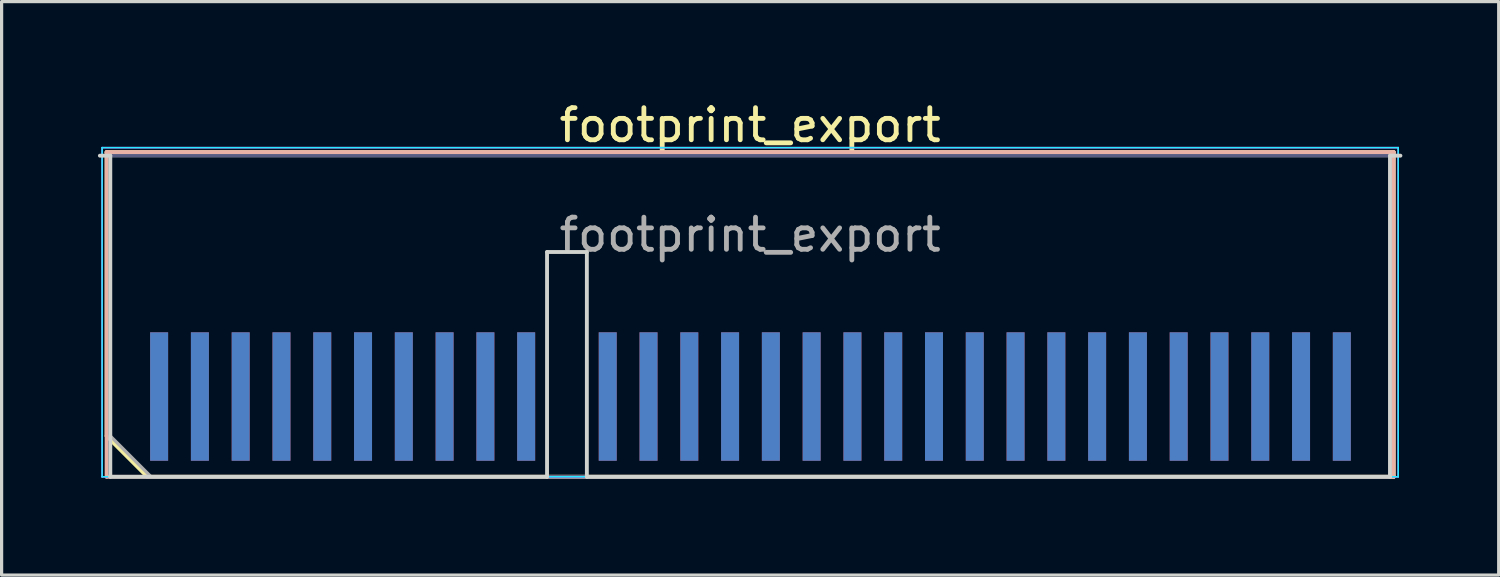
<source format=kicad_pcb>
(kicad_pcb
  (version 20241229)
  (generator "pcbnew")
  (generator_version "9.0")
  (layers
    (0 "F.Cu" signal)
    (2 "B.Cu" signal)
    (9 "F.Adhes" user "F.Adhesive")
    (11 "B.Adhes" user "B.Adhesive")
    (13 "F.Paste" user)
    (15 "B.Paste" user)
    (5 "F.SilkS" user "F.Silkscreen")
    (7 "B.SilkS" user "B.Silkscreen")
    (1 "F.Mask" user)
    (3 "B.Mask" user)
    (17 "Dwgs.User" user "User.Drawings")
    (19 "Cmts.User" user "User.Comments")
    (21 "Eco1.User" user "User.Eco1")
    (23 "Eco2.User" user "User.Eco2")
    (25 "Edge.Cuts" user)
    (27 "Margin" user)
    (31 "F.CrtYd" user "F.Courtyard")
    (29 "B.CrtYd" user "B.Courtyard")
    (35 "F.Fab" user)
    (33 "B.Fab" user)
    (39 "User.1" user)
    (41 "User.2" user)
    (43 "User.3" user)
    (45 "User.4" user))
  (footprint "footprint_export"
    (layer "F.Cu")
    (at 20.31 6.798)
    (property "Reference" "footprint_export" (at 0 -5.95 0) (layer "F.SilkS") (effects (font (size 1 1) (thickness 0.15))))
    (attr exclude_from_pos_files exclude_from_bom)
    (fp_line (start -20.04 -5.11) (end 20.04 -5.11) (stroke (width 0.12) (type solid)) (layer "F.SilkS"))
    (fp_line (start -20.04 3.73) (end -20.04 -5.11) (stroke (width 0.12) (type solid)) (layer "F.SilkS"))
    (fp_line (start -18.77 5) (end -20.04 3.73) (stroke (width 0.12) (type solid)) (layer "F.SilkS"))
    (fp_line (start -18.77 5) (end 20.04 5) (stroke (width 0.12) (type solid)) (layer "F.SilkS"))
    (fp_line (start 20.04 5) (end 20.04 -5.11) (stroke (width 0.12) (type solid)) (layer "F.SilkS"))
    (fp_line (start -20.04 -5.11) (end 20.04 -5.11) (stroke (width 0.12) (type solid)) (layer "B.SilkS"))
    (fp_line (start -20.04 5) (end -20.04 -5.11) (stroke (width 0.12) (type solid)) (layer "B.SilkS"))
    (fp_line (start -20.04 5) (end 20.04 5) (stroke (width 0.12) (type solid)) (layer "B.SilkS"))
    (fp_line (start 20.04 5) (end 20.04 -5.11) (stroke (width 0.12) (type solid)) (layer "B.SilkS"))
    (fp_line (start -20.25 -5) (end -19.925 -5) (stroke (width 0.12) (type solid)) (layer "Edge.Cuts"))
    (fp_line (start -19.925 5) (end -19.925 -5) (stroke (width 0.12) (type solid)) (layer "Edge.Cuts"))
    (fp_line (start -19.925 5) (end -6.325 5) (stroke (width 0.12) (type solid)) (layer "Edge.Cuts"))
    (fp_line (start -6.325 -2) (end -5.085 -2) (stroke (width 0.12) (type solid)) (layer "Edge.Cuts"))
    (fp_line (start -6.325 5) (end -6.325 -2) (stroke (width 0.12) (type solid)) (layer "Edge.Cuts"))
    (fp_line (start -5.085 5) (end -5.085 -2) (stroke (width 0.12) (type solid)) (layer "Edge.Cuts"))
    (fp_line (start -5.085 5) (end 19.925 5) (stroke (width 0.12) (type solid)) (layer "Edge.Cuts"))
    (fp_line (start 19.925 5) (end 19.925 -5) (stroke (width 0.12) (type solid)) (layer "Edge.Cuts"))
    (fp_line (start 20.25 -5) (end 19.925 -5) (stroke (width 0.12) (type solid)) (layer "Edge.Cuts"))
    (fp_line (start -20.18 -5.25) (end -20.18 5) (stroke (width 0.05) (type solid)) (layer "B.CrtYd"))
    (fp_line (start -20.18 5) (end 20.18 5) (stroke (width 0.05) (type solid)) (layer "B.CrtYd"))
    (fp_line (start 20.18 -5.25) (end -20.18 -5.25) (stroke (width 0.05) (type solid)) (layer "B.CrtYd"))
    (fp_line (start 20.18 5) (end 20.18 -5.25) (stroke (width 0.05) (type solid)) (layer "B.CrtYd"))
    (fp_line (start -20.18 -5.25) (end -20.18 5) (stroke (width 0.05) (type solid)) (layer "F.CrtYd"))
    (fp_line (start -20.18 5) (end 20.18 5) (stroke (width 0.05) (type solid)) (layer "F.CrtYd"))
    (fp_line (start 20.18 -5.25) (end -20.18 -5.25) (stroke (width 0.05) (type solid)) (layer "F.CrtYd"))
    (fp_line (start 20.18 5) (end 20.18 -5.25) (stroke (width 0.05) (type solid)) (layer "F.CrtYd"))
    (fp_line (start -19.925 -5) (end 19.925 -5) (stroke (width 0.1) (type solid)) (layer "B.Fab"))
    (fp_line (start -19.925 5) (end -19.925 -5) (stroke (width 0.1) (type solid)) (layer "B.Fab"))
    (fp_line (start -19.925 5) (end 19.925 5) (stroke (width 0.1) (type solid)) (layer "B.Fab"))
    (fp_line (start 19.925 5) (end 19.925 -5) (stroke (width 0.1) (type solid)) (layer "B.Fab"))
    (fp_line (start -19.925 -5) (end 19.925 -5) (stroke (width 0.1) (type solid)) (layer "F.Fab"))
    (fp_line (start -19.925 3.73) (end -19.925 -5) (stroke (width 0.1) (type solid)) (layer "F.Fab"))
    (fp_line (start -19.925 3.73) (end -18.655 5) (stroke (width 0.1) (type solid)) (layer "F.Fab"))
    (fp_line (start -18.655 5) (end 19.925 5) (stroke (width 0.1) (type solid)) (layer "F.Fab"))
    (fp_line (start 19.925 5) (end 19.925 -5) (stroke (width 0.1) (type solid)) (layer "F.Fab"))
    (fp_text user "${REFERENCE}" (at 0 -2.54 0) (layer "F.Fab") (effects (font (size 1 1) (thickness 0.15))))
    (pad "1" connect rect (at -18.405 2.5) (size 0.56 4) (layers "F.Cu" "F.Mask"))
    (pad "2" connect rect (at -18.405 2.5) (size 0.56 4) (layers "B.Cu" "B.Mask"))
    (pad "3" connect rect (at -17.135 2.5) (size 0.56 4) (layers "F.Cu" "F.Mask"))
    (pad "4" connect rect (at -17.135 2.5) (size 0.56 4) (layers "B.Cu" "B.Mask"))
    (pad "5" connect rect (at -15.865 2.5) (size 0.56 4) (layers "F.Cu" "F.Mask"))
    (pad "6" connect rect (at -15.865 2.5) (size 0.56 4) (layers "B.Cu" "B.Mask"))
    (pad "7" connect rect (at -14.595 2.5) (size 0.56 4) (layers "F.Cu" "F.Mask"))
    (pad "8" connect rect (at -14.595 2.5) (size 0.56 4) (layers "B.Cu" "B.Mask"))
    (pad "9" connect rect (at -13.325 2.5) (size 0.56 4) (layers "F.Cu" "F.Mask"))
    (pad "10" connect rect (at -13.325 2.5) (size 0.56 4) (layers "B.Cu" "B.Mask"))
    (pad "11" connect rect (at -12.055 2.5) (size 0.56 4) (layers "F.Cu" "F.Mask"))
    (pad "12" connect rect (at -12.055 2.5) (size 0.56 4) (layers "B.Cu" "B.Mask"))
    (pad "13" connect rect (at -10.785 2.5) (size 0.56 4) (layers "F.Cu" "F.Mask"))
    (pad "14" connect rect (at -10.785 2.5) (size 0.56 4) (layers "B.Cu" "B.Mask"))
    (pad "15" connect rect (at -9.515 2.5) (size 0.56 4) (layers "F.Cu" "F.Mask"))
    (pad "16" connect rect (at -9.515 2.5) (size 0.56 4) (layers "B.Cu" "B.Mask"))
    (pad "17" connect rect (at -8.245 2.5) (size 0.56 4) (layers "F.Cu" "F.Mask"))
    (pad "18" connect rect (at -8.245 2.5) (size 0.56 4) (layers "B.Cu" "B.Mask"))
    (pad "19" connect rect (at -6.975 2.5) (size 0.56 4) (layers "F.Cu" "F.Mask"))
    (pad "20" connect rect (at -6.975 2.5) (size 0.56 4) (layers "B.Cu" "B.Mask"))
    (pad "23" connect rect (at -4.435 2.5) (size 0.56 4) (layers "F.Cu" "F.Mask"))
    (pad "24" connect rect (at -4.435 2.5) (size 0.56 4) (layers "B.Cu" "B.Mask"))
    (pad "25" connect rect (at -3.165 2.5) (size 0.56 4) (layers "F.Cu" "F.Mask"))
    (pad "26" connect rect (at -3.165 2.5) (size 0.56 4) (layers "B.Cu" "B.Mask"))
    (pad "27" connect rect (at -1.895 2.5) (size 0.56 4) (layers "F.Cu" "F.Mask"))
    (pad "28" connect rect (at -1.895 2.5) (size 0.56 4) (layers "B.Cu" "B.Mask"))
    (pad "29" connect rect (at -0.625 2.5) (size 0.56 4) (layers "F.Cu" "F.Mask"))
    (pad "30" connect rect (at -0.625 2.5) (size 0.56 4) (layers "B.Cu" "B.Mask"))
    (pad "31" connect rect (at 0.645 2.5) (size 0.56 4) (layers "F.Cu" "F.Mask"))
    (pad "32" connect rect (at 0.645 2.5) (size 0.56 4) (layers "B.Cu" "B.Mask"))
    (pad "33" connect rect (at 1.915 2.5) (size 0.56 4) (layers "F.Cu" "F.Mask"))
    (pad "34" connect rect (at 1.915 2.5) (size 0.56 4) (layers "B.Cu" "B.Mask"))
    (pad "35" connect rect (at 3.185 2.5) (size 0.56 4) (layers "F.Cu" "F.Mask"))
    (pad "36" connect rect (at 3.185 2.5) (size 0.56 4) (layers "B.Cu" "B.Mask"))
    (pad "37" connect rect (at 4.455 2.5) (size 0.56 4) (layers "F.Cu" "F.Mask"))
    (pad "38" connect rect (at 4.455 2.5) (size 0.56 4) (layers "B.Cu" "B.Mask"))
    (pad "39" connect rect (at 5.725 2.5) (size 0.56 4) (layers "F.Cu" "F.Mask"))
    (pad "40" connect rect (at 5.725 2.5) (size 0.56 4) (layers "B.Cu" "B.Mask"))
    (pad "41" connect rect (at 6.995 2.5) (size 0.56 4) (layers "F.Cu" "F.Mask"))
    (pad "42" connect rect (at 6.995 2.5) (size 0.56 4) (layers "B.Cu" "B.Mask"))
    (pad "43" connect rect (at 8.265 2.5) (size 0.56 4) (layers "F.Cu" "F.Mask"))
    (pad "44" connect rect (at 8.265 2.5) (size 0.56 4) (layers "B.Cu" "B.Mask"))
    (pad "45" connect rect (at 9.535 2.5) (size 0.56 4) (layers "F.Cu" "F.Mask"))
    (pad "46" connect rect (at 9.535 2.5) (size 0.56 4) (layers "B.Cu" "B.Mask"))
    (pad "47" connect rect (at 10.805 2.5) (size 0.56 4) (layers "F.Cu" "F.Mask"))
    (pad "48" connect rect (at 10.805 2.5) (size 0.56 4) (layers "B.Cu" "B.Mask"))
    (pad "49" connect rect (at 12.075 2.5) (size 0.56 4) (layers "F.Cu" "F.Mask"))
    (pad "50" connect rect (at 12.075 2.5) (size 0.56 4) (layers "B.Cu" "B.Mask"))
    (pad "51" connect rect (at 13.345 2.5) (size 0.56 4) (layers "F.Cu" "F.Mask"))
    (pad "52" connect rect (at 13.345 2.5) (size 0.56 4) (layers "B.Cu" "B.Mask"))
    (pad "53" connect rect (at 14.615 2.5) (size 0.56 4) (layers "F.Cu" "F.Mask"))
    (pad "54" connect rect (at 14.615 2.5) (size 0.56 4) (layers "B.Cu" "B.Mask"))
    (pad "55" connect rect (at 15.885 2.5) (size 0.56 4) (layers "F.Cu" "F.Mask"))
    (pad "56" connect rect (at 15.885 2.5) (size 0.56 4) (layers "B.Cu" "B.Mask"))
    (pad "57" connect rect (at 17.155 2.5) (size 0.56 4) (layers "F.Cu" "F.Mask"))
    (pad "58" connect rect (at 17.155 2.5) (size 0.56 4) (layers "B.Cu" "B.Mask"))
    (pad "59" connect rect (at 18.425 2.5) (size 0.56 4) (layers "F.Cu" "F.Mask"))
    (pad "60" connect rect (at 18.425 2.5) (size 0.56 4) (layers "B.Cu" "B.Mask")))
  (gr_rect
    (start -3 -3)
    (end 43.62 14.858)
    (stroke (width 0.1) (type default))
    (fill no)
    (layer "Edge.Cuts")))
</source>
